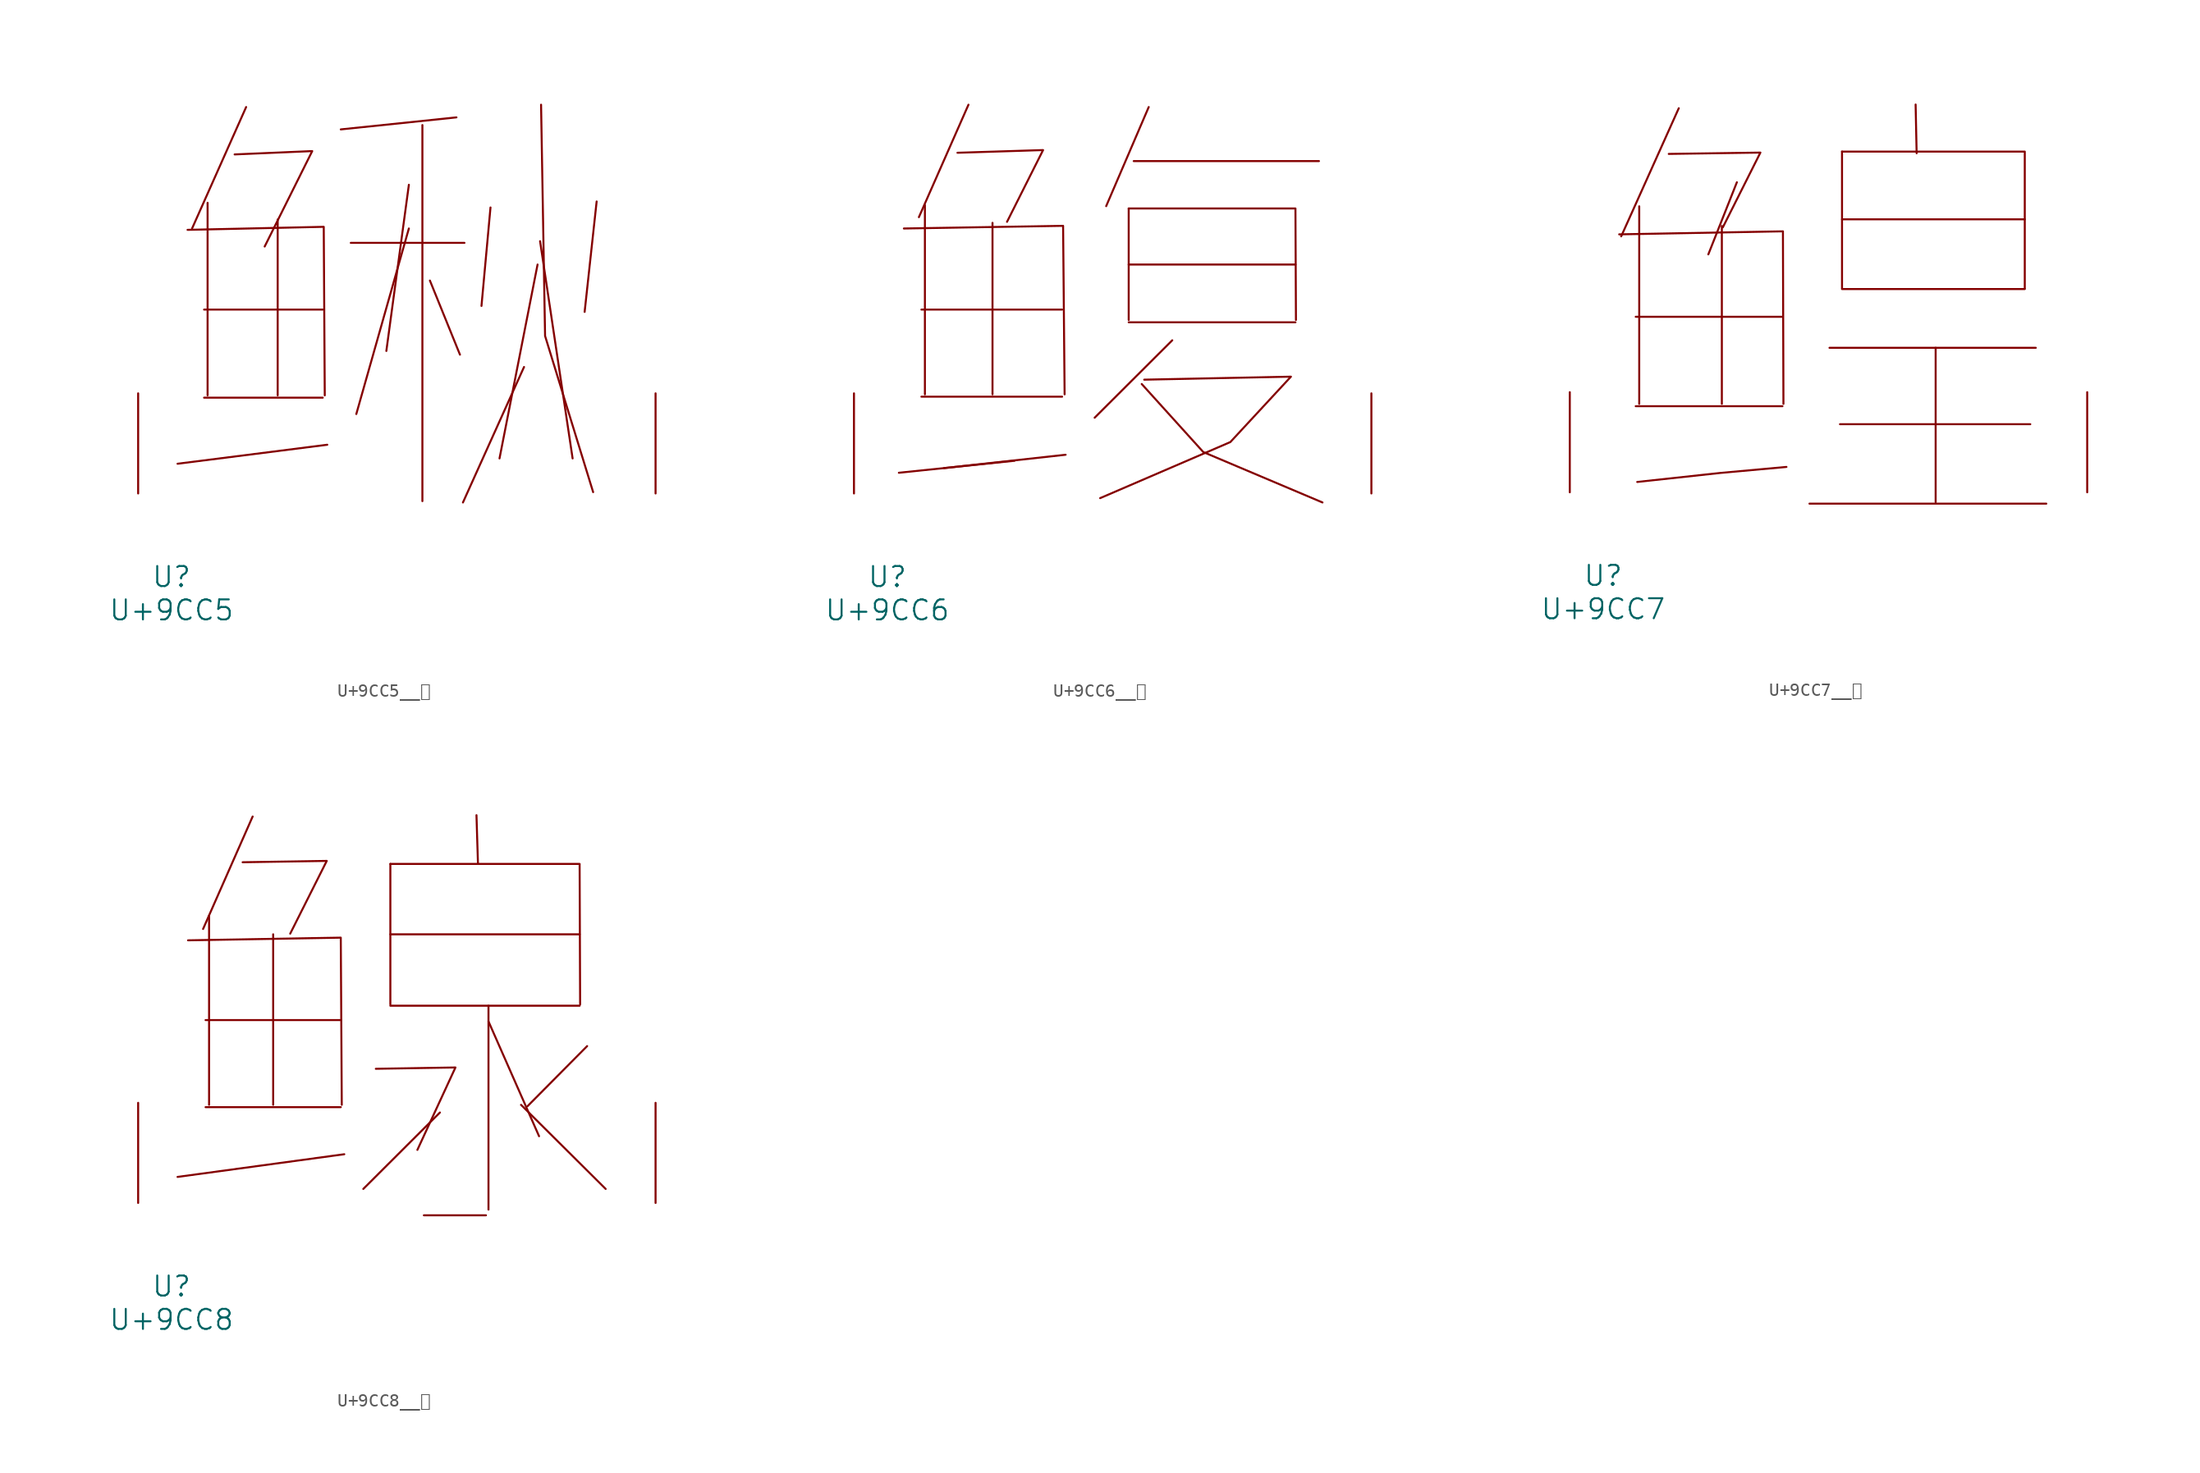
<source format=kicad_sym>
(kicad_symbol_lib
  (version 20231120)
  (generator "kicad_symbol_editor")
  (generator_version "8.0")
  (symbol "U+9CC5__鳅"
    (pin_names
      (offset 1.016))
    (property "Reference" "U"
      (at 0 -6.35 0)
      (effects (font (size 1.524 1.524))))
    (property "Value" "U+9CC5"
      (at 0 -8.89 0)
      (effects (font (size 1.524 1.524))))
    (symbol "U+9CC5__鳅_0_1"
      (polyline (pts (xy 2.477 7.29) (xy 11.506 7.29)) (stroke (width 0) (type solid)) (fill (type none)))
      (polyline (pts (xy 2.477 13.995) (xy 11.506 13.995)) (stroke (width 0) (type solid)) (fill (type none)))
      (polyline (pts (xy 2.743 22.123) (xy 2.743 7.468)) (stroke (width 0) (type solid)) (fill (type none)))
      (polyline (pts (xy 5.677 29.413) (xy 1.562 20.168)) (stroke (width 0) (type solid)) (fill (type none)))
      (polyline (pts (xy 8.077 20.853) (xy 8.077 7.468)) (stroke (width 0) (type solid)) (fill (type none)))
      (polyline (pts (xy 11.849 3.708) (xy 0.457 2.261)) (stroke (width 0) (type solid)) (fill (type none)))
      (polyline (pts (xy 13.64 19.075) (xy 22.288 19.075)) (stroke (width 0) (type solid)) (fill (type none)))
      (polyline (pts (xy 18.059 20.168) (xy 14.059 6.045)) (stroke (width 0) (type solid)) (fill (type none)))
      (polyline (pts (xy 18.059 23.495) (xy 16.345 10.846)) (stroke (width 0) (type solid)) (fill (type none)))
      (polyline (pts (xy 19.088 28.042) (xy 19.088 -0.584)) (stroke (width 0) (type solid)) (fill (type none)))
      (polyline (pts (xy 19.66 16.205) (xy 21.946 10.566)) (stroke (width 0) (type solid)) (fill (type none)))
      (polyline (pts (xy 21.679 28.626) (xy 12.878 27.711)) (stroke (width 0) (type solid)) (fill (type none)))
      (polyline (pts (xy 24.27 21.768) (xy 23.584 14.275)) (stroke (width 0) (type solid)) (fill (type none)))
      (polyline (pts (xy 26.822 9.627) (xy 22.174 -0.686)) (stroke (width 0) (type solid)) (fill (type none)))
      (polyline (pts (xy 27.851 17.424) (xy 24.956 2.667)) (stroke (width 0) (type solid)) (fill (type none)))
      (polyline (pts (xy 28.042 19.202) (xy 30.518 2.667)) (stroke (width 0) (type solid)) (fill (type none)))
      (polyline (pts (xy 32.347 22.225) (xy 31.433 13.818)) (stroke (width 0) (type solid)) (fill (type none)))
      (polyline (pts (xy 1.219 20.066) (xy 11.582 20.295) (xy 11.659 7.468)) (stroke (width 0) (type solid)) (fill (type none)))
      (polyline (pts (xy 4.801 25.806) (xy 10.706 26.06) (xy 7.087 18.796)) (stroke (width 0) (type solid)) (fill (type none)))
      (polyline (pts (xy 28.118 29.591) (xy 28.423 11.989) (xy 32.08 0.102)) (stroke (width 0) (type solid)) (fill (type none)))
      (pin input line (at -2.54 0 90) (length 7.62) (name "~" (effects (font (size 1.27 1.27)))) (number "~" (effects (font (size 1.27 1.27)))))
      (pin input line (at 36.83 0 90) (length 7.62) (name "~" (effects (font (size 1.27 1.27)))) (number "~" (effects (font (size 1.27 1.27)))))))
  (symbol "U+9CC6__鳆"
    (pin_names
      (offset 1.016))
    (property "Reference" "U"
      (at 0 -6.35 0)
      (effects (font (size 1.524 1.524))))
    (property "Value" "U+9CC6"
      (at 0 -8.89 0)
      (effects (font (size 1.524 1.524))))
    (symbol "U+9CC6__鳆_0_1"
      (polyline (pts (xy 2.591 7.366) (xy 13.297 7.366)) (stroke (width 0) (type solid)) (fill (type none)))
      (polyline (pts (xy 2.591 13.995) (xy 13.297 13.995)) (stroke (width 0) (type solid)) (fill (type none)))
      (polyline (pts (xy 2.857 21.946) (xy 2.857 7.544)) (stroke (width 0) (type solid)) (fill (type none)))
      (polyline (pts (xy 6.172 29.591) (xy 2.4 21.031)) (stroke (width 0) (type solid)) (fill (type none)))
      (polyline (pts (xy 8.001 20.599) (xy 8.001 7.544)) (stroke (width 0) (type solid)) (fill (type none)))
      (polyline (pts (xy 9.677 2.489) (xy 0.876 1.575)) (stroke (width 0) (type solid)) (fill (type none)))
      (polyline (pts (xy 13.564 2.946) (xy 4.305 1.93)) (stroke (width 0) (type solid)) (fill (type none)))
      (polyline (pts (xy 18.364 13.03) (xy 31.052 13.03)) (stroke (width 0) (type solid)) (fill (type none)))
      (polyline (pts (xy 18.364 17.424) (xy 31.052 17.424)) (stroke (width 0) (type solid)) (fill (type none)))
      (polyline (pts (xy 18.364 21.692) (xy 18.364 13.208)) (stroke (width 0) (type solid)) (fill (type none)))
      (polyline (pts (xy 18.745 25.298) (xy 32.842 25.298)) (stroke (width 0) (type solid)) (fill (type none)))
      (polyline (pts (xy 19.888 29.413) (xy 16.65 21.869)) (stroke (width 0) (type solid)) (fill (type none)))
      (polyline (pts (xy 21.679 11.659) (xy 15.773 5.766)) (stroke (width 0) (type solid)) (fill (type none)))
      (polyline (pts (xy 1.257 20.168) (xy 13.373 20.371) (xy 13.487 7.544)) (stroke (width 0) (type solid)) (fill (type none)))
      (polyline (pts (xy 5.334 25.933) (xy 11.849 26.137) (xy 9.106 20.676)) (stroke (width 0) (type solid)) (fill (type none)))
      (polyline (pts (xy 18.364 21.692) (xy 31.052 21.692) (xy 31.09 13.208)) (stroke (width 0) (type solid)) (fill (type none)))
      (polyline (pts (xy 19.355 8.331) (xy 24.041 3.15) (xy 33.109 -0.686)) (stroke (width 0) (type solid)) (fill (type none)))
      (polyline (pts (xy 19.545 8.661) (xy 30.709 8.89) (xy 26.099 3.912) (xy 16.192 -0.356)) (stroke (width 0) (type solid)) (fill (type none)))
      (pin input line (at -2.54 0 90) (length 7.62) (name "~" (effects (font (size 1.27 1.27)))) (number "~" (effects (font (size 1.27 1.27)))))
      (pin input line (at 36.83 0 90) (length 7.62) (name "~" (effects (font (size 1.27 1.27)))) (number "~" (effects (font (size 1.27 1.27)))))))
  (symbol "U+9CC7__鳇"
    (pin_names
      (offset 1.016))
    (property "Reference" "U"
      (at 0 -6.35 0)
      (effects (font (size 1.524 1.524))))
    (property "Value" "U+9CC7"
      (at 0 -8.89 0)
      (effects (font (size 1.524 1.524))))
    (symbol "U+9CC7__鳇_0_1"
      (polyline (pts (xy 2.477 6.553) (xy 13.64 6.553)) (stroke (width 0) (type solid)) (fill (type none)))
      (polyline (pts (xy 2.477 13.36) (xy 13.64 13.36)) (stroke (width 0) (type solid)) (fill (type none)))
      (polyline (pts (xy 2.743 21.768) (xy 2.743 6.731)) (stroke (width 0) (type solid)) (fill (type none)))
      (polyline (pts (xy 5.753 29.235) (xy 1.372 19.482)) (stroke (width 0) (type solid)) (fill (type none)))
      (polyline (pts (xy 9.03 20.269) (xy 9.03 6.731)) (stroke (width 0) (type solid)) (fill (type none)))
      (polyline (pts (xy 10.173 23.597) (xy 8.001 18.11)) (stroke (width 0) (type solid)) (fill (type none)))
      (polyline (pts (xy 15.697 -0.864) (xy 33.718 -0.864)) (stroke (width 0) (type solid)) (fill (type none)))
      (polyline (pts (xy 17.221 10.998) (xy 32.918 10.998)) (stroke (width 0) (type solid)) (fill (type none)))
      (polyline (pts (xy 18.021 5.182) (xy 32.499 5.182)) (stroke (width 0) (type solid)) (fill (type none)))
      (polyline (pts (xy 18.174 15.469) (xy 32.08 15.469)) (stroke (width 0) (type solid)) (fill (type none)))
      (polyline (pts (xy 18.174 20.777) (xy 32.08 20.777)) (stroke (width 0) (type solid)) (fill (type none)))
      (polyline (pts (xy 18.174 25.933) (xy 18.174 15.519)) (stroke (width 0) (type solid)) (fill (type none)))
      (polyline (pts (xy 23.774 29.515) (xy 23.851 25.806)) (stroke (width 0) (type solid)) (fill (type none)))
      (polyline (pts (xy 25.298 10.998) (xy 25.298 -0.762)) (stroke (width 0) (type solid)) (fill (type none)))
      (polyline (pts (xy 1.219 19.634) (xy 13.678 19.863) (xy 13.716 6.731)) (stroke (width 0) (type solid)) (fill (type none)))
      (polyline (pts (xy 4.991 25.756) (xy 11.963 25.857) (xy 9.106 20.168)) (stroke (width 0) (type solid)) (fill (type none)))
      (polyline (pts (xy 13.945 1.93) (xy 8.915 1.473) (xy 2.591 0.787)) (stroke (width 0) (type solid)) (fill (type none)))
      (polyline (pts (xy 18.174 25.933) (xy 32.08 25.933) (xy 32.08 15.519)) (stroke (width 0) (type solid)) (fill (type none)))
      (pin input line (at -2.54 0 90) (length 7.62) (name "~" (effects (font (size 1.27 1.27)))) (number "~" (effects (font (size 1.27 1.27)))))
      (pin input line (at 36.83 0 90) (length 7.62) (name "~" (effects (font (size 1.27 1.27)))) (number "~" (effects (font (size 1.27 1.27)))))))
  (symbol "U+9CC8__鳈"
    (pin_names
      (offset 1.016))
    (property "Reference" "U"
      (at 0 -6.35 0)
      (effects (font (size 1.524 1.524))))
    (property "Value" "U+9CC8"
      (at 0 -8.89 0)
      (effects (font (size 1.524 1.524))))
    (symbol "U+9CC8__鳈_0_1"
      (polyline (pts (xy 2.591 7.29) (xy 12.878 7.29)) (stroke (width 0) (type solid)) (fill (type none)))
      (polyline (pts (xy 2.591 13.919) (xy 12.878 13.919)) (stroke (width 0) (type solid)) (fill (type none)))
      (polyline (pts (xy 2.857 21.869) (xy 2.857 7.468)) (stroke (width 0) (type solid)) (fill (type none)))
      (polyline (pts (xy 6.172 29.413) (xy 2.4 20.853)) (stroke (width 0) (type solid)) (fill (type none)))
      (polyline (pts (xy 7.734 20.447) (xy 7.734 7.468)) (stroke (width 0) (type solid)) (fill (type none)))
      (polyline (pts (xy 13.145 3.708) (xy 0.457 1.981)) (stroke (width 0) (type solid)) (fill (type none)))
      (polyline (pts (xy 16.65 15.011) (xy 31.052 15.011)) (stroke (width 0) (type solid)) (fill (type none)))
      (polyline (pts (xy 16.65 20.447) (xy 31.052 20.447)) (stroke (width 0) (type solid)) (fill (type none)))
      (polyline (pts (xy 16.65 25.806) (xy 16.65 15.113)) (stroke (width 0) (type solid)) (fill (type none)))
      (polyline (pts (xy 19.202 -0.94) (xy 23.927 -0.94)) (stroke (width 0) (type solid)) (fill (type none)))
      (polyline (pts (xy 20.422 6.883) (xy 14.592 1.067)) (stroke (width 0) (type solid)) (fill (type none)))
      (polyline (pts (xy 23.203 29.515) (xy 23.317 25.806)) (stroke (width 0) (type solid)) (fill (type none)))
      (polyline (pts (xy 24.117 13.818) (xy 27.965 5.08)) (stroke (width 0) (type solid)) (fill (type none)))
      (polyline (pts (xy 24.117 15.011) (xy 24.117 -0.508)) (stroke (width 0) (type solid)) (fill (type none)))
      (polyline (pts (xy 26.594 7.468) (xy 33.033 1.067)) (stroke (width 0) (type solid)) (fill (type none)))
      (polyline (pts (xy 31.623 11.938) (xy 27.089 7.366)) (stroke (width 0) (type solid)) (fill (type none)))
      (polyline (pts (xy 1.257 19.99) (xy 12.878 20.193) (xy 12.954 7.468)) (stroke (width 0) (type solid)) (fill (type none)))
      (polyline (pts (xy 5.41 25.933) (xy 11.811 26.035) (xy 9.03 20.498)) (stroke (width 0) (type solid)) (fill (type none)))
      (polyline (pts (xy 15.545 10.211) (xy 21.603 10.312) (xy 18.707 4.039)) (stroke (width 0) (type solid)) (fill (type none)))
      (polyline (pts (xy 16.65 25.806) (xy 31.052 25.806) (xy 31.09 15.113)) (stroke (width 0) (type solid)) (fill (type none)))
      (pin input line (at -2.54 0 90) (length 7.62) (name "~" (effects (font (size 1.27 1.27)))) (number "~" (effects (font (size 1.27 1.27)))))
      (pin input line (at 36.83 0 90) (length 7.62) (name "~" (effects (font (size 1.27 1.27)))) (number "~" (effects (font (size 1.27 1.27))))))))
</source>
